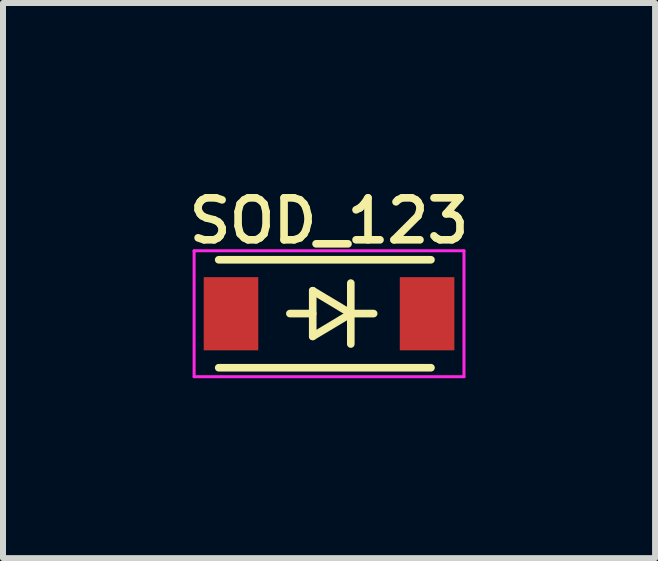
<source format=kicad_pcb>
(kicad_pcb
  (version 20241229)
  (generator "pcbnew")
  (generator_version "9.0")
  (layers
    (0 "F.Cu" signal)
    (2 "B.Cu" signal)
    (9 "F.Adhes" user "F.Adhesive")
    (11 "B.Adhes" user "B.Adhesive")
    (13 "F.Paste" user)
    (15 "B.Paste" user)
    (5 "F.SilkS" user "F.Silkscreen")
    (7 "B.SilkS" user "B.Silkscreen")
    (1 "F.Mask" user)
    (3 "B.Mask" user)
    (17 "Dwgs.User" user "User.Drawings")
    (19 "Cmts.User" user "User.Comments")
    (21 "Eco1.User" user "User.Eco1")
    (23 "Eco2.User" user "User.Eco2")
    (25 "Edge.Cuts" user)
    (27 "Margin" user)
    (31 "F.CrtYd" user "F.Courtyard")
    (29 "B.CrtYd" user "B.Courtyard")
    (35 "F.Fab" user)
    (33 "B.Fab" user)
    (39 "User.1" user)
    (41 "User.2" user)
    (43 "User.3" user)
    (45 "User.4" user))
  (footprint "SOD_123"
    (layer "F.Cu")
    (at 2.437 2.182)
    (property "Reference" "SOD_123" (at 0 -1.55 0) (layer "F.SilkS") (effects (font (size 0.7 0.7) (thickness 0.127))))
    (attr smd)
    (fp_line (start -1.84 -0.9) (end 1.7 -0.9) (stroke (width 0.127) (type solid)) (layer "F.SilkS"))
    (fp_line (start -1.84 0.9) (end 1.7 0.9) (stroke (width 0.127) (type solid)) (layer "F.SilkS"))
    (fp_line (start -0.272 -0.384) (end 0.363 -0.003) (stroke (width 0.127) (type solid)) (layer "F.SilkS"))
    (fp_line (start -0.272 -0.003) (end -0.653 -0.003) (stroke (width 0.127) (type solid)) (layer "F.SilkS"))
    (fp_line (start -0.272 0.378) (end -0.272 -0.384) (stroke (width 0.127) (type solid)) (layer "F.SilkS"))
    (fp_line (start 0.363 -0.003) (end -0.272 0.378) (stroke (width 0.127) (type solid)) (layer "F.SilkS"))
    (fp_line (start 0.363 0.505) (end 0.363 -0.511) (stroke (width 0.127) (type solid)) (layer "F.SilkS"))
    (fp_line (start 0.744 -0.003) (end 0.363 -0.003) (stroke (width 0.127) (type solid)) (layer "F.SilkS"))
    (fp_line (start -2.25 -1.05) (end -2.25 1.05) (stroke (width 0.05) (type solid)) (layer "F.CrtYd"))
    (fp_line (start -2.25 -1.05) (end 2.25 -1.05) (stroke (width 0.05) (type solid)) (layer "F.CrtYd"))
    (fp_line (start 2.25 -1.05) (end 2.25 1.05) (stroke (width 0.05) (type solid)) (layer "F.CrtYd"))
    (fp_line (start 2.25 1.05) (end -2.25 1.05) (stroke (width 0.05) (type solid)) (layer "F.CrtYd"))
    (pad "1" smd rect (at -1.635 0) (size 0.91 1.22) (layers "F.Cu" "F.Mask" "F.Paste"))
    (pad "2" smd rect (at 1.635 0) (size 0.91 1.22) (layers "F.Cu" "F.Mask" "F.Paste")))
  (gr_rect
    (start -3 -3)
    (end 7.874 6.257)
    (stroke (width 0.1) (type default))
    (fill no)
    (layer "Edge.Cuts")))
</source>
